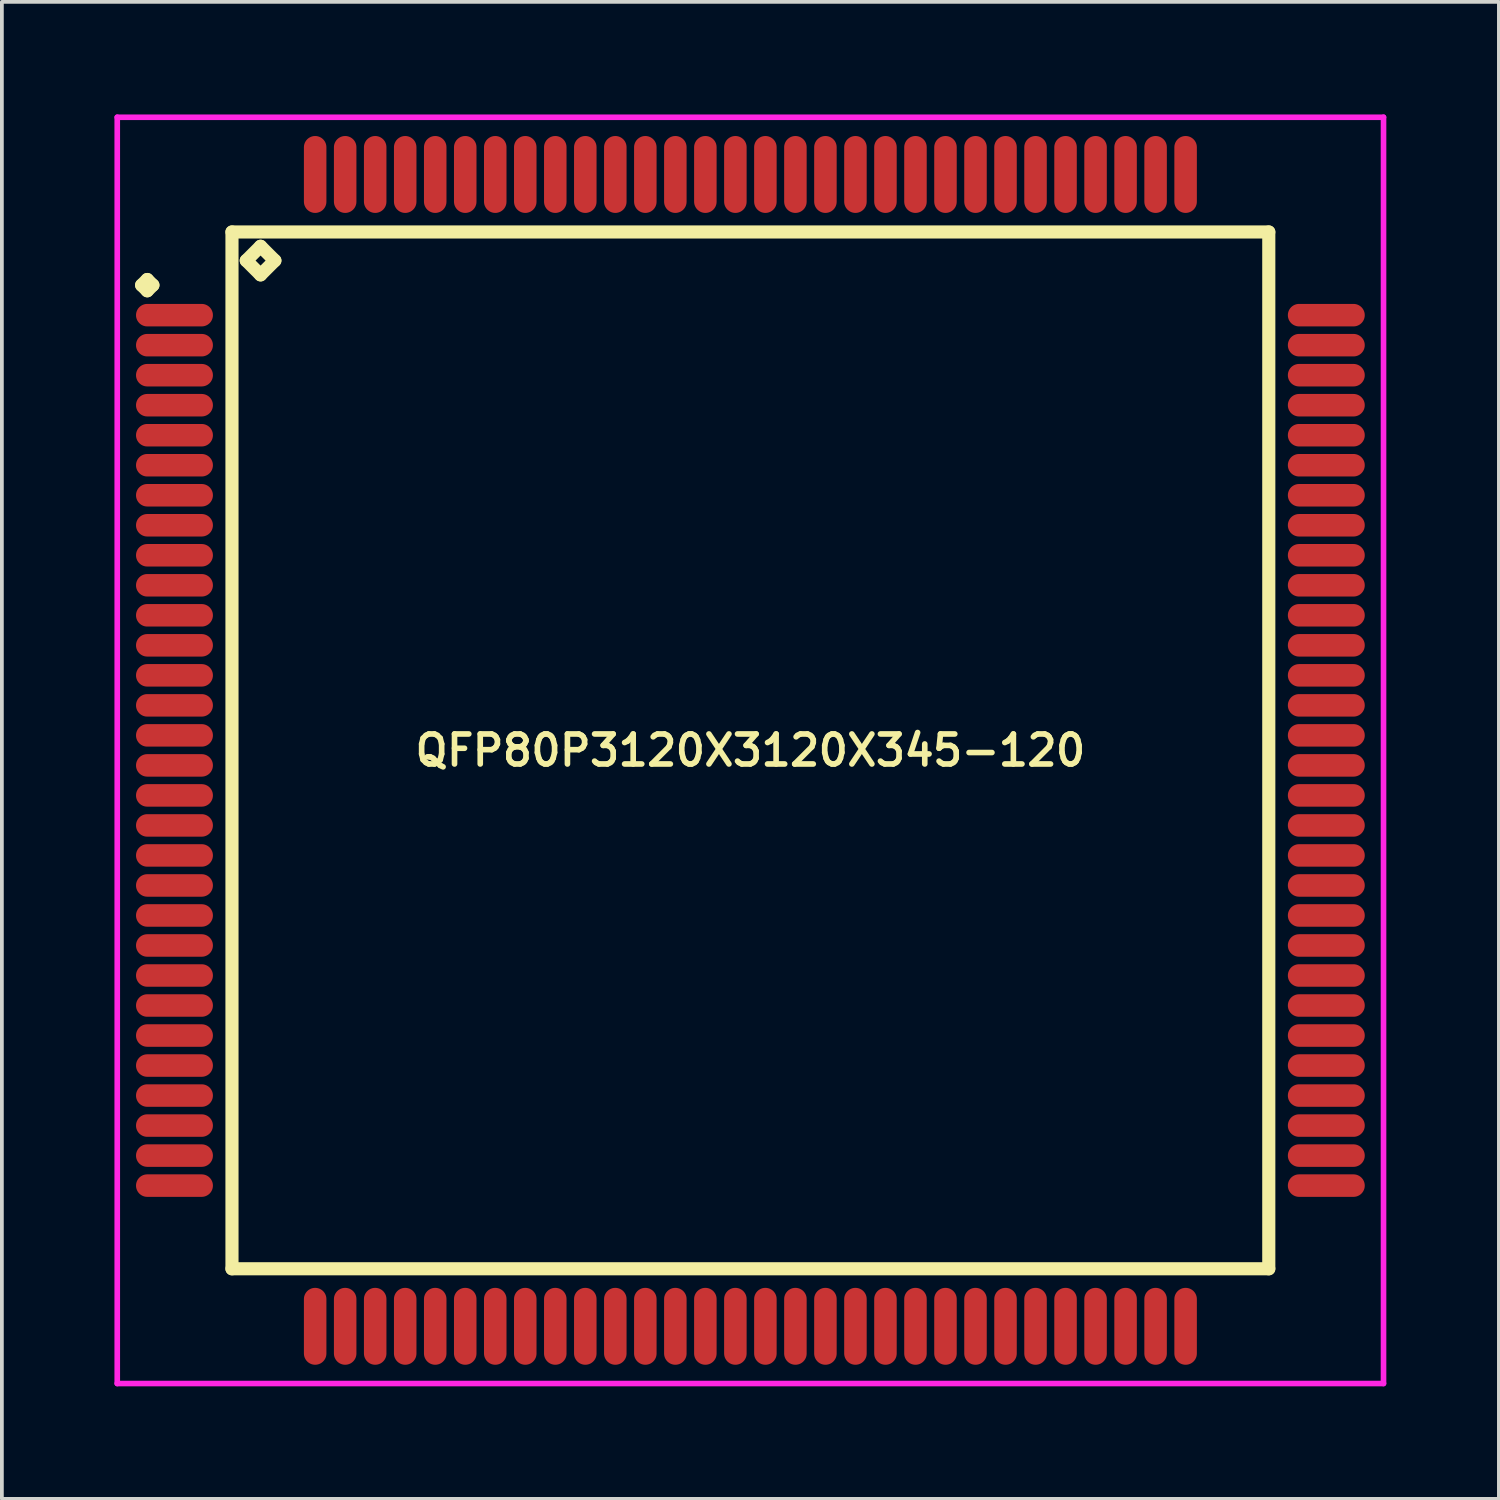
<source format=kicad_pcb>
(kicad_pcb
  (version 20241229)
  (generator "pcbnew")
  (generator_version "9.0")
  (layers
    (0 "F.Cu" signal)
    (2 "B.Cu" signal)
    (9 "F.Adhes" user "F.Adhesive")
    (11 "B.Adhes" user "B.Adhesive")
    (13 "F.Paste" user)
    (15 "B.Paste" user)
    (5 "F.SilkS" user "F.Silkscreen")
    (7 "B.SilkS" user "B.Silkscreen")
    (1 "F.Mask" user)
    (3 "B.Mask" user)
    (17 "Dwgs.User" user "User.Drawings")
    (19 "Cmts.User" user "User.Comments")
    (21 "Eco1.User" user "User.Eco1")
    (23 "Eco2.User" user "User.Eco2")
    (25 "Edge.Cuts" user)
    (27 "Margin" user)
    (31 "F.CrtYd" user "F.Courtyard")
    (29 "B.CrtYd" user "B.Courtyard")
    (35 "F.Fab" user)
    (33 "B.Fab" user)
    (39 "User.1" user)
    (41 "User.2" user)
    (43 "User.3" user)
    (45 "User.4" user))
  (footprint "QFP80P3120X3120X345-120"
    (layer "F.Cu")
    (at 16.95 16.95)
    (property "Reference" "QFP80P3120X3120X345-120" (at 0 0 0) (layer "F.SilkS") (effects (font (size 0.8 0.8) (thickness 0.15))))
    (attr smd)
    (fp_line (start -16.225 -12.4) (end -16.075 -12.55) (stroke (width 0.35) (type solid)) (layer "F.SilkS"))
    (fp_line (start -16.075 -12.55) (end -15.925 -12.4) (stroke (width 0.35) (type solid)) (layer "F.SilkS"))
    (fp_line (start -16.075 -12.25) (end -16.225 -12.4) (stroke (width 0.35) (type solid)) (layer "F.SilkS"))
    (fp_line (start -15.925 -12.4) (end -16.075 -12.25) (stroke (width 0.35) (type solid)) (layer "F.SilkS"))
    (fp_line (start -13.817 -13.817) (end -13.817 13.817) (stroke (width 0.35) (type solid)) (layer "F.SilkS"))
    (fp_line (start -13.817 13.817) (end 13.817 13.817) (stroke (width 0.35) (type solid)) (layer "F.SilkS"))
    (fp_line (start -13.436 -13.055) (end -13.055 -13.436) (stroke (width 0.35) (type solid)) (layer "F.SilkS"))
    (fp_line (start -13.055 -13.436) (end -12.674 -13.055) (stroke (width 0.35) (type solid)) (layer "F.SilkS"))
    (fp_line (start -13.055 -12.674) (end -13.436 -13.055) (stroke (width 0.35) (type solid)) (layer "F.SilkS"))
    (fp_line (start -12.674 -13.055) (end -13.055 -12.674) (stroke (width 0.35) (type solid)) (layer "F.SilkS"))
    (fp_line (start 13.817 -13.817) (end -13.817 -13.817) (stroke (width 0.35) (type solid)) (layer "F.SilkS"))
    (fp_line (start 13.817 13.817) (end 13.817 -13.817) (stroke (width 0.35) (type solid)) (layer "F.SilkS"))
    (fp_line (start -16.875 -16.875) (end 16.875 -16.875) (stroke (width 0.15) (type solid)) (layer "F.CrtYd"))
    (fp_line (start -16.875 16.875) (end -16.875 -16.875) (stroke (width 0.15) (type solid)) (layer "F.CrtYd"))
    (fp_line (start 16.875 -16.875) (end 16.875 16.875) (stroke (width 0.15) (type solid)) (layer "F.CrtYd"))
    (fp_line (start 16.875 16.875) (end -16.875 16.875) (stroke (width 0.15) (type solid)) (layer "F.CrtYd"))
    (pad "1" smd oval (at -15.35 -11.6) (size 2.05 0.6) (layers "F.Cu" "F.Mask" "F.Paste"))
    (pad "2" smd oval (at -15.35 -10.8) (size 2.05 0.6) (layers "F.Cu" "F.Mask" "F.Paste"))
    (pad "3" smd oval (at -15.35 -10) (size 2.05 0.6) (layers "F.Cu" "F.Mask" "F.Paste"))
    (pad "4" smd oval (at -15.35 -9.2) (size 2.05 0.6) (layers "F.Cu" "F.Mask" "F.Paste"))
    (pad "5" smd oval (at -15.35 -8.4) (size 2.05 0.6) (layers "F.Cu" "F.Mask" "F.Paste"))
    (pad "6" smd oval (at -15.35 -7.6) (size 2.05 0.6) (layers "F.Cu" "F.Mask" "F.Paste"))
    (pad "7" smd oval (at -15.35 -6.8) (size 2.05 0.6) (layers "F.Cu" "F.Mask" "F.Paste"))
    (pad "8" smd oval (at -15.35 -6) (size 2.05 0.6) (layers "F.Cu" "F.Mask" "F.Paste"))
    (pad "9" smd oval (at -15.35 -5.2) (size 2.05 0.6) (layers "F.Cu" "F.Mask" "F.Paste"))
    (pad "10" smd oval (at -15.35 -4.4) (size 2.05 0.6) (layers "F.Cu" "F.Mask" "F.Paste"))
    (pad "11" smd oval (at -15.35 -3.6) (size 2.05 0.6) (layers "F.Cu" "F.Mask" "F.Paste"))
    (pad "12" smd oval (at -15.35 -2.8) (size 2.05 0.6) (layers "F.Cu" "F.Mask" "F.Paste"))
    (pad "13" smd oval (at -15.35 -2) (size 2.05 0.6) (layers "F.Cu" "F.Mask" "F.Paste"))
    (pad "14" smd oval (at -15.35 -1.2) (size 2.05 0.6) (layers "F.Cu" "F.Mask" "F.Paste"))
    (pad "15" smd oval (at -15.35 -0.4) (size 2.05 0.6) (layers "F.Cu" "F.Mask" "F.Paste"))
    (pad "16" smd oval (at -15.35 0.4) (size 2.05 0.6) (layers "F.Cu" "F.Mask" "F.Paste"))
    (pad "17" smd oval (at -15.35 1.2) (size 2.05 0.6) (layers "F.Cu" "F.Mask" "F.Paste"))
    (pad "18" smd oval (at -15.35 2) (size 2.05 0.6) (layers "F.Cu" "F.Mask" "F.Paste"))
    (pad "19" smd oval (at -15.35 2.8) (size 2.05 0.6) (layers "F.Cu" "F.Mask" "F.Paste"))
    (pad "20" smd oval (at -15.35 3.6) (size 2.05 0.6) (layers "F.Cu" "F.Mask" "F.Paste"))
    (pad "21" smd oval (at -15.35 4.4) (size 2.05 0.6) (layers "F.Cu" "F.Mask" "F.Paste"))
    (pad "22" smd oval (at -15.35 5.2) (size 2.05 0.6) (layers "F.Cu" "F.Mask" "F.Paste"))
    (pad "23" smd oval (at -15.35 6) (size 2.05 0.6) (layers "F.Cu" "F.Mask" "F.Paste"))
    (pad "24" smd oval (at -15.35 6.8) (size 2.05 0.6) (layers "F.Cu" "F.Mask" "F.Paste"))
    (pad "25" smd oval (at -15.35 7.6) (size 2.05 0.6) (layers "F.Cu" "F.Mask" "F.Paste"))
    (pad "26" smd oval (at -15.35 8.4) (size 2.05 0.6) (layers "F.Cu" "F.Mask" "F.Paste"))
    (pad "27" smd oval (at -15.35 9.2) (size 2.05 0.6) (layers "F.Cu" "F.Mask" "F.Paste"))
    (pad "28" smd oval (at -15.35 10) (size 2.05 0.6) (layers "F.Cu" "F.Mask" "F.Paste"))
    (pad "29" smd oval (at -15.35 10.8) (size 2.05 0.6) (layers "F.Cu" "F.Mask" "F.Paste"))
    (pad "30" smd oval (at -15.35 11.6) (size 2.05 0.6) (layers "F.Cu" "F.Mask" "F.Paste"))
    (pad "31" smd oval (at -11.6 15.35) (size 0.6 2.05) (layers "F.Cu" "F.Mask" "F.Paste"))
    (pad "32" smd oval (at -10.8 15.35) (size 0.6 2.05) (layers "F.Cu" "F.Mask" "F.Paste"))
    (pad "33" smd oval (at -10 15.35) (size 0.6 2.05) (layers "F.Cu" "F.Mask" "F.Paste"))
    (pad "34" smd oval (at -9.2 15.35) (size 0.6 2.05) (layers "F.Cu" "F.Mask" "F.Paste"))
    (pad "35" smd oval (at -8.4 15.35) (size 0.6 2.05) (layers "F.Cu" "F.Mask" "F.Paste"))
    (pad "36" smd oval (at -7.6 15.35) (size 0.6 2.05) (layers "F.Cu" "F.Mask" "F.Paste"))
    (pad "37" smd oval (at -6.8 15.35) (size 0.6 2.05) (layers "F.Cu" "F.Mask" "F.Paste"))
    (pad "38" smd oval (at -6 15.35) (size 0.6 2.05) (layers "F.Cu" "F.Mask" "F.Paste"))
    (pad "39" smd oval (at -5.2 15.35) (size 0.6 2.05) (layers "F.Cu" "F.Mask" "F.Paste"))
    (pad "40" smd oval (at -4.4 15.35) (size 0.6 2.05) (layers "F.Cu" "F.Mask" "F.Paste"))
    (pad "41" smd oval (at -3.6 15.35) (size 0.6 2.05) (layers "F.Cu" "F.Mask" "F.Paste"))
    (pad "42" smd oval (at -2.8 15.35) (size 0.6 2.05) (layers "F.Cu" "F.Mask" "F.Paste"))
    (pad "43" smd oval (at -2 15.35) (size 0.6 2.05) (layers "F.Cu" "F.Mask" "F.Paste"))
    (pad "44" smd oval (at -1.2 15.35) (size 0.6 2.05) (layers "F.Cu" "F.Mask" "F.Paste"))
    (pad "45" smd oval (at -0.4 15.35) (size 0.6 2.05) (layers "F.Cu" "F.Mask" "F.Paste"))
    (pad "46" smd oval (at 0.4 15.35) (size 0.6 2.05) (layers "F.Cu" "F.Mask" "F.Paste"))
    (pad "47" smd oval (at 1.2 15.35) (size 0.6 2.05) (layers "F.Cu" "F.Mask" "F.Paste"))
    (pad "48" smd oval (at 2 15.35) (size 0.6 2.05) (layers "F.Cu" "F.Mask" "F.Paste"))
    (pad "49" smd oval (at 2.8 15.35) (size 0.6 2.05) (layers "F.Cu" "F.Mask" "F.Paste"))
    (pad "50" smd oval (at 3.6 15.35) (size 0.6 2.05) (layers "F.Cu" "F.Mask" "F.Paste"))
    (pad "51" smd oval (at 4.4 15.35) (size 0.6 2.05) (layers "F.Cu" "F.Mask" "F.Paste"))
    (pad "52" smd oval (at 5.2 15.35) (size 0.6 2.05) (layers "F.Cu" "F.Mask" "F.Paste"))
    (pad "53" smd oval (at 6 15.35) (size 0.6 2.05) (layers "F.Cu" "F.Mask" "F.Paste"))
    (pad "54" smd oval (at 6.8 15.35) (size 0.6 2.05) (layers "F.Cu" "F.Mask" "F.Paste"))
    (pad "55" smd oval (at 7.6 15.35) (size 0.6 2.05) (layers "F.Cu" "F.Mask" "F.Paste"))
    (pad "56" smd oval (at 8.4 15.35) (size 0.6 2.05) (layers "F.Cu" "F.Mask" "F.Paste"))
    (pad "57" smd oval (at 9.2 15.35) (size 0.6 2.05) (layers "F.Cu" "F.Mask" "F.Paste"))
    (pad "58" smd oval (at 10 15.35) (size 0.6 2.05) (layers "F.Cu" "F.Mask" "F.Paste"))
    (pad "59" smd oval (at 10.8 15.35) (size 0.6 2.05) (layers "F.Cu" "F.Mask" "F.Paste"))
    (pad "60" smd oval (at 11.6 15.35) (size 0.6 2.05) (layers "F.Cu" "F.Mask" "F.Paste"))
    (pad "61" smd oval (at 15.35 11.6) (size 2.05 0.6) (layers "F.Cu" "F.Mask" "F.Paste"))
    (pad "62" smd oval (at 15.35 10.8) (size 2.05 0.6) (layers "F.Cu" "F.Mask" "F.Paste"))
    (pad "63" smd oval (at 15.35 10) (size 2.05 0.6) (layers "F.Cu" "F.Mask" "F.Paste"))
    (pad "64" smd oval (at 15.35 9.2) (size 2.05 0.6) (layers "F.Cu" "F.Mask" "F.Paste"))
    (pad "65" smd oval (at 15.35 8.4) (size 2.05 0.6) (layers "F.Cu" "F.Mask" "F.Paste"))
    (pad "66" smd oval (at 15.35 7.6) (size 2.05 0.6) (layers "F.Cu" "F.Mask" "F.Paste"))
    (pad "67" smd oval (at 15.35 6.8) (size 2.05 0.6) (layers "F.Cu" "F.Mask" "F.Paste"))
    (pad "68" smd oval (at 15.35 6) (size 2.05 0.6) (layers "F.Cu" "F.Mask" "F.Paste"))
    (pad "69" smd oval (at 15.35 5.2) (size 2.05 0.6) (layers "F.Cu" "F.Mask" "F.Paste"))
    (pad "70" smd oval (at 15.35 4.4) (size 2.05 0.6) (layers "F.Cu" "F.Mask" "F.Paste"))
    (pad "71" smd oval (at 15.35 3.6) (size 2.05 0.6) (layers "F.Cu" "F.Mask" "F.Paste"))
    (pad "72" smd oval (at 15.35 2.8) (size 2.05 0.6) (layers "F.Cu" "F.Mask" "F.Paste"))
    (pad "73" smd oval (at 15.35 2) (size 2.05 0.6) (layers "F.Cu" "F.Mask" "F.Paste"))
    (pad "74" smd oval (at 15.35 1.2) (size 2.05 0.6) (layers "F.Cu" "F.Mask" "F.Paste"))
    (pad "75" smd oval (at 15.35 0.4) (size 2.05 0.6) (layers "F.Cu" "F.Mask" "F.Paste"))
    (pad "76" smd oval (at 15.35 -0.4) (size 2.05 0.6) (layers "F.Cu" "F.Mask" "F.Paste"))
    (pad "77" smd oval (at 15.35 -1.2) (size 2.05 0.6) (layers "F.Cu" "F.Mask" "F.Paste"))
    (pad "78" smd oval (at 15.35 -2) (size 2.05 0.6) (layers "F.Cu" "F.Mask" "F.Paste"))
    (pad "79" smd oval (at 15.35 -2.8) (size 2.05 0.6) (layers "F.Cu" "F.Mask" "F.Paste"))
    (pad "80" smd oval (at 15.35 -3.6) (size 2.05 0.6) (layers "F.Cu" "F.Mask" "F.Paste"))
    (pad "81" smd oval (at 15.35 -4.4) (size 2.05 0.6) (layers "F.Cu" "F.Mask" "F.Paste"))
    (pad "82" smd oval (at 15.35 -5.2) (size 2.05 0.6) (layers "F.Cu" "F.Mask" "F.Paste"))
    (pad "83" smd oval (at 15.35 -6) (size 2.05 0.6) (layers "F.Cu" "F.Mask" "F.Paste"))
    (pad "84" smd oval (at 15.35 -6.8) (size 2.05 0.6) (layers "F.Cu" "F.Mask" "F.Paste"))
    (pad "85" smd oval (at 15.35 -7.6) (size 2.05 0.6) (layers "F.Cu" "F.Mask" "F.Paste"))
    (pad "86" smd oval (at 15.35 -8.4) (size 2.05 0.6) (layers "F.Cu" "F.Mask" "F.Paste"))
    (pad "87" smd oval (at 15.35 -9.2) (size 2.05 0.6) (layers "F.Cu" "F.Mask" "F.Paste"))
    (pad "88" smd oval (at 15.35 -10) (size 2.05 0.6) (layers "F.Cu" "F.Mask" "F.Paste"))
    (pad "89" smd oval (at 15.35 -10.8) (size 2.05 0.6) (layers "F.Cu" "F.Mask" "F.Paste"))
    (pad "90" smd oval (at 15.35 -11.6) (size 2.05 0.6) (layers "F.Cu" "F.Mask" "F.Paste"))
    (pad "91" smd oval (at 11.6 -15.35) (size 0.6 2.05) (layers "F.Cu" "F.Mask" "F.Paste"))
    (pad "92" smd oval (at 10.8 -15.35) (size 0.6 2.05) (layers "F.Cu" "F.Mask" "F.Paste"))
    (pad "93" smd oval (at 10 -15.35) (size 0.6 2.05) (layers "F.Cu" "F.Mask" "F.Paste"))
    (pad "94" smd oval (at 9.2 -15.35) (size 0.6 2.05) (layers "F.Cu" "F.Mask" "F.Paste"))
    (pad "95" smd oval (at 8.4 -15.35) (size 0.6 2.05) (layers "F.Cu" "F.Mask" "F.Paste"))
    (pad "96" smd oval (at 7.6 -15.35) (size 0.6 2.05) (layers "F.Cu" "F.Mask" "F.Paste"))
    (pad "97" smd oval (at 6.8 -15.35) (size 0.6 2.05) (layers "F.Cu" "F.Mask" "F.Paste"))
    (pad "98" smd oval (at 6 -15.35) (size 0.6 2.05) (layers "F.Cu" "F.Mask" "F.Paste"))
    (pad "99" smd oval (at 5.2 -15.35) (size 0.6 2.05) (layers "F.Cu" "F.Mask" "F.Paste"))
    (pad "100" smd oval (at 4.4 -15.35) (size 0.6 2.05) (layers "F.Cu" "F.Mask" "F.Paste"))
    (pad "101" smd oval (at 3.6 -15.35) (size 0.6 2.05) (layers "F.Cu" "F.Mask" "F.Paste"))
    (pad "102" smd oval (at 2.8 -15.35) (size 0.6 2.05) (layers "F.Cu" "F.Mask" "F.Paste"))
    (pad "103" smd oval (at 2 -15.35) (size 0.6 2.05) (layers "F.Cu" "F.Mask" "F.Paste"))
    (pad "104" smd oval (at 1.2 -15.35) (size 0.6 2.05) (layers "F.Cu" "F.Mask" "F.Paste"))
    (pad "105" smd oval (at 0.4 -15.35) (size 0.6 2.05) (layers "F.Cu" "F.Mask" "F.Paste"))
    (pad "106" smd oval (at -0.4 -15.35) (size 0.6 2.05) (layers "F.Cu" "F.Mask" "F.Paste"))
    (pad "107" smd oval (at -1.2 -15.35) (size 0.6 2.05) (layers "F.Cu" "F.Mask" "F.Paste"))
    (pad "108" smd oval (at -2 -15.35) (size 0.6 2.05) (layers "F.Cu" "F.Mask" "F.Paste"))
    (pad "109" smd oval (at -2.8 -15.35) (size 0.6 2.05) (layers "F.Cu" "F.Mask" "F.Paste"))
    (pad "110" smd oval (at -3.6 -15.35) (size 0.6 2.05) (layers "F.Cu" "F.Mask" "F.Paste"))
    (pad "111" smd oval (at -4.4 -15.35) (size 0.6 2.05) (layers "F.Cu" "F.Mask" "F.Paste"))
    (pad "112" smd oval (at -5.2 -15.35) (size 0.6 2.05) (layers "F.Cu" "F.Mask" "F.Paste"))
    (pad "113" smd oval (at -6 -15.35) (size 0.6 2.05) (layers "F.Cu" "F.Mask" "F.Paste"))
    (pad "114" smd oval (at -6.8 -15.35) (size 0.6 2.05) (layers "F.Cu" "F.Mask" "F.Paste"))
    (pad "115" smd oval (at -7.6 -15.35) (size 0.6 2.05) (layers "F.Cu" "F.Mask" "F.Paste"))
    (pad "116" smd oval (at -8.4 -15.35) (size 0.6 2.05) (layers "F.Cu" "F.Mask" "F.Paste"))
    (pad "117" smd oval (at -9.2 -15.35) (size 0.6 2.05) (layers "F.Cu" "F.Mask" "F.Paste"))
    (pad "118" smd oval (at -10 -15.35) (size 0.6 2.05) (layers "F.Cu" "F.Mask" "F.Paste"))
    (pad "119" smd oval (at -10.8 -15.35) (size 0.6 2.05) (layers "F.Cu" "F.Mask" "F.Paste"))
    (pad "120" smd oval (at -11.6 -15.35) (size 0.6 2.05) (layers "F.Cu" "F.Mask" "F.Paste")))
  (gr_rect
    (start -3 -3)
    (end 36.9 36.9)
    (stroke (width 0.1) (type default))
    (fill no)
    (layer "Edge.Cuts")))
</source>
